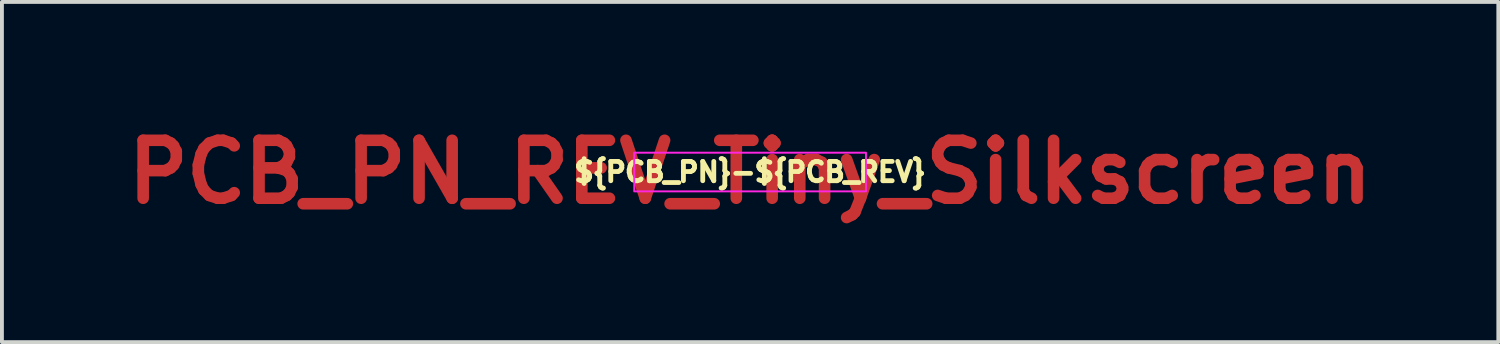
<source format=kicad_pcb>
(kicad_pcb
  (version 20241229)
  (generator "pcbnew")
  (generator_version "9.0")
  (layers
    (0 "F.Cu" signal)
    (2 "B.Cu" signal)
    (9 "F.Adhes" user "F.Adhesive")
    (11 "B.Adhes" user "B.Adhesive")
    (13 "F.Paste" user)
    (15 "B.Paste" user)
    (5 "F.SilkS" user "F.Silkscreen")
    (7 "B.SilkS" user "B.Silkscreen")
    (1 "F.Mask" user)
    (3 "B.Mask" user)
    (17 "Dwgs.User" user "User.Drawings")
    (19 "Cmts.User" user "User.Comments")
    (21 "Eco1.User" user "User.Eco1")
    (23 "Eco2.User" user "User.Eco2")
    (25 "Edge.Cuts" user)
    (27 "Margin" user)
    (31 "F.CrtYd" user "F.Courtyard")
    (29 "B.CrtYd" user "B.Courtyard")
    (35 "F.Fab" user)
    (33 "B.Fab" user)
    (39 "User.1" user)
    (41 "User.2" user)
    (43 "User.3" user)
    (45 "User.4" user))
  (footprint "PCB_PN_REV_Tiny_Silkscreen"
    (layer "F.Cu")
    (at 16.371 1.404)
    (property "Reference" "PCB_PN_REV_Tiny_Silkscreen" (at 0 0 0) (unlocked yes) (layer "F.Cu") (effects (font (size 1.5 1.5) (thickness 0.3))))
    (attr exclude_from_pos_files allow_soldermask_bridges)
    (fp_rect (start -3 -0.5) (end 3 0.5) (stroke (width 0.05) (type default)) (fill no) (layer "F.CrtYd"))
    (fp_text user "${PCB_PN}-${PCB_REV}" (at 0 0 0) (unlocked yes) (layer "F.SilkS") (effects (font (size 0.5 0.5) (thickness 0.125)))))
  (gr_rect
    (start -3 -3)
    (end 35.743 5.808)
    (stroke (width 0.1) (type default))
    (fill no)
    (layer "Edge.Cuts")))
</source>
